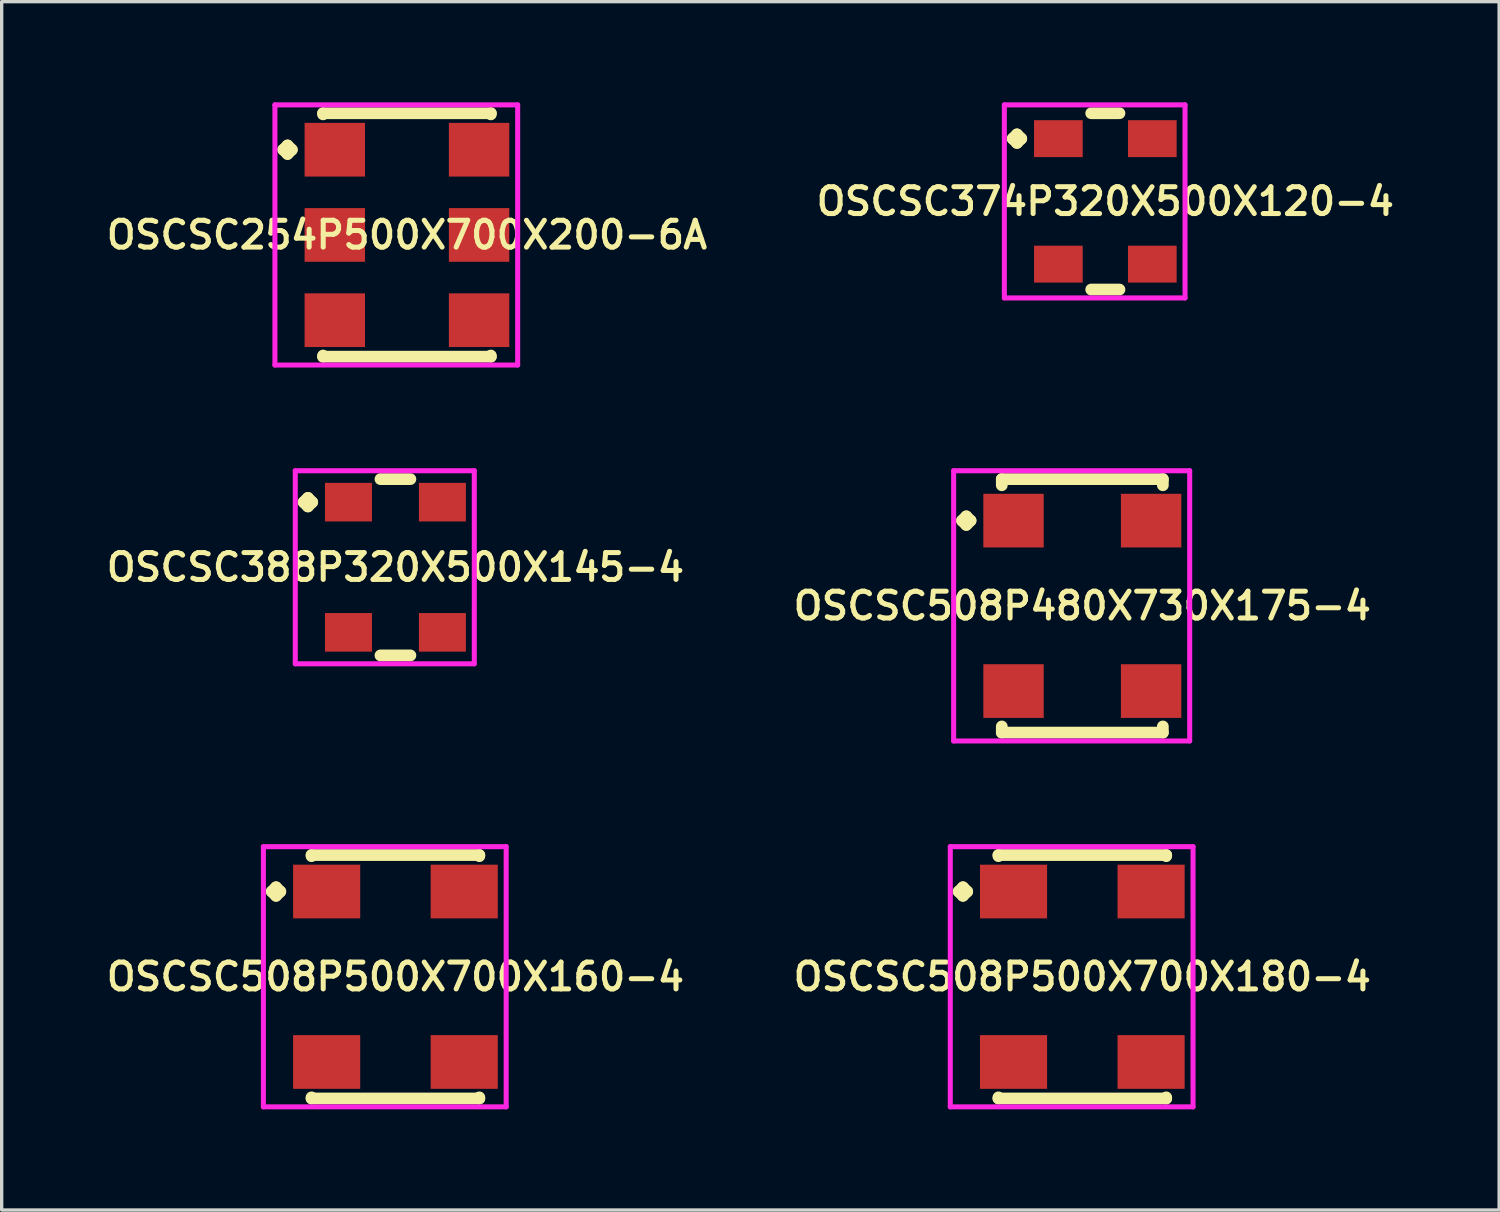
<source format=kicad_pcb>
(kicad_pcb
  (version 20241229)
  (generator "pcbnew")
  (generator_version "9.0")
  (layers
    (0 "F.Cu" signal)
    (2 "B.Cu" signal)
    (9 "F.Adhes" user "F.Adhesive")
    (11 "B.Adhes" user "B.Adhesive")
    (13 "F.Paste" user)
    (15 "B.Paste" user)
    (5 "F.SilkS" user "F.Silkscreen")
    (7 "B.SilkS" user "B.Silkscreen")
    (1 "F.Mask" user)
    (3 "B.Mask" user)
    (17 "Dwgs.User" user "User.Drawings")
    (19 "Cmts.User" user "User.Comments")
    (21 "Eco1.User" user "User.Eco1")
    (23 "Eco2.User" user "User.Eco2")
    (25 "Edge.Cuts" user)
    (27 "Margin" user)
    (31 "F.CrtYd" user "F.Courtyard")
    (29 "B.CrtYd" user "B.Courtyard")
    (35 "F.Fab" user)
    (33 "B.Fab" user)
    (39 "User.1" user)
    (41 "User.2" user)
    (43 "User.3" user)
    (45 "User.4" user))
  (footprint "OSCSC508P500X700X160-4"
    (layer "F.Cu")
    (at 8.735 26.06)
    (property "Reference" "OSCSC508P500X700X160-4" (at 0 0 0) (layer "F.SilkS") (effects (font (size 0.8 0.8) (thickness 0.15))))
    (attr smd)
    (fp_line (start -3.685 -2.54) (end -3.558 -2.667) (stroke (width 0.35) (type solid)) (layer "F.SilkS"))
    (fp_line (start -3.558 -2.667) (end -3.431 -2.54) (stroke (width 0.35) (type solid)) (layer "F.SilkS"))
    (fp_line (start -3.558 -2.413) (end -3.685 -2.54) (stroke (width 0.35) (type solid)) (layer "F.SilkS"))
    (fp_line (start -3.431 -2.54) (end -3.558 -2.413) (stroke (width 0.35) (type solid)) (layer "F.SilkS"))
    (fp_line (start -2.5 -3.627) (end 2.5 -3.627) (stroke (width 0.35) (type solid)) (layer "F.SilkS"))
    (fp_line (start -2.5 -3.594) (end -2.5 -3.627) (stroke (width 0.35) (type solid)) (layer "F.SilkS"))
    (fp_line (start -2.5 3.594) (end -2.5 3.627) (stroke (width 0.35) (type solid)) (layer "F.SilkS"))
    (fp_line (start -2.5 3.627) (end 2.5 3.627) (stroke (width 0.35) (type solid)) (layer "F.SilkS"))
    (fp_line (start 2.5 -3.627) (end 2.5 -3.594) (stroke (width 0.35) (type solid)) (layer "F.SilkS"))
    (fp_line (start 2.5 3.627) (end 2.5 3.594) (stroke (width 0.35) (type solid)) (layer "F.SilkS"))
    (fp_line (start -3.935 -3.877) (end 3.3 -3.877) (stroke (width 0.15) (type solid)) (layer "F.CrtYd"))
    (fp_line (start -3.935 3.877) (end -3.935 -3.877) (stroke (width 0.15) (type solid)) (layer "F.CrtYd"))
    (fp_line (start 3.3 -3.877) (end 3.3 3.877) (stroke (width 0.15) (type solid)) (layer "F.CrtYd"))
    (fp_line (start 3.3 3.877) (end -3.935 3.877) (stroke (width 0.15) (type solid)) (layer "F.CrtYd"))
    (pad "1" smd rect (at -2.05 -2.54) (size 2 1.6) (layers "F.Cu" "F.Mask" "F.Paste"))
    (pad "2" smd rect (at -2.05 2.54) (size 2 1.6) (layers "F.Cu" "F.Mask" "F.Paste"))
    (pad "3" smd rect (at 2.05 2.54) (size 2 1.6) (layers "F.Cu" "F.Mask" "F.Paste"))
    (pad "4" smd rect (at 2.05 -2.54) (size 2 1.6) (layers "F.Cu" "F.Mask" "F.Paste")))
  (footprint "OSCSC388P320X500X145-4"
    (layer "F.Cu")
    (at 8.735 13.856)
    (property "Reference" "OSCSC388P320X500X145-4" (at 0 0 0) (layer "F.SilkS") (effects (font (size 0.8 0.8) (thickness 0.15))))
    (attr smd)
    (fp_line (start -2.735 -1.94) (end -2.608 -2.067) (stroke (width 0.35) (type solid)) (layer "F.SilkS"))
    (fp_line (start -2.608 -2.067) (end -2.481 -1.94) (stroke (width 0.35) (type solid)) (layer "F.SilkS"))
    (fp_line (start -2.608 -1.813) (end -2.735 -1.94) (stroke (width 0.35) (type solid)) (layer "F.SilkS"))
    (fp_line (start -2.481 -1.94) (end -2.608 -1.813) (stroke (width 0.35) (type solid)) (layer "F.SilkS"))
    (fp_line (start -0.446 -2.627) (end 0.446 -2.627) (stroke (width 0.35) (type solid)) (layer "F.SilkS"))
    (fp_line (start -0.446 2.627) (end 0.446 2.627) (stroke (width 0.35) (type solid)) (layer "F.SilkS"))
    (fp_line (start -2.985 -2.877) (end 2.35 -2.877) (stroke (width 0.15) (type solid)) (layer "F.CrtYd"))
    (fp_line (start -2.985 2.877) (end -2.985 -2.877) (stroke (width 0.15) (type solid)) (layer "F.CrtYd"))
    (fp_line (start 2.35 -2.877) (end 2.35 2.877) (stroke (width 0.15) (type solid)) (layer "F.CrtYd"))
    (fp_line (start 2.35 2.877) (end -2.985 2.877) (stroke (width 0.15) (type solid)) (layer "F.CrtYd"))
    (pad "1" smd rect (at -1.4 -1.94) (size 1.4 1.15) (layers "F.Cu" "F.Mask" "F.Paste"))
    (pad "2" smd rect (at -1.4 1.94) (size 1.4 1.15) (layers "F.Cu" "F.Mask" "F.Paste"))
    (pad "3" smd rect (at 1.4 1.94) (size 1.4 1.15) (layers "F.Cu" "F.Mask" "F.Paste"))
    (pad "4" smd rect (at 1.4 -1.94) (size 1.4 1.15) (layers "F.Cu" "F.Mask" "F.Paste")))
  (footprint "OSCSC374P320X500X120-4"
    (layer "F.Cu")
    (at 29.892 2.952)
    (property "Reference" "OSCSC374P320X500X120-4" (at 0 0 0) (layer "F.SilkS") (effects (font (size 0.8 0.8) (thickness 0.15))))
    (attr smd)
    (fp_line (start -2.76 -1.87) (end -2.633 -1.997) (stroke (width 0.35) (type solid)) (layer "F.SilkS"))
    (fp_line (start -2.633 -1.997) (end -2.506 -1.87) (stroke (width 0.35) (type solid)) (layer "F.SilkS"))
    (fp_line (start -2.633 -1.743) (end -2.76 -1.87) (stroke (width 0.35) (type solid)) (layer "F.SilkS"))
    (fp_line (start -2.506 -1.87) (end -2.633 -1.743) (stroke (width 0.35) (type solid)) (layer "F.SilkS"))
    (fp_line (start -0.421 -2.627) (end 0.421 -2.627) (stroke (width 0.35) (type solid)) (layer "F.SilkS"))
    (fp_line (start -0.421 2.627) (end 0.421 2.627) (stroke (width 0.35) (type solid)) (layer "F.SilkS"))
    (fp_line (start -3.01 -2.877) (end 2.375 -2.877) (stroke (width 0.15) (type solid)) (layer "F.CrtYd"))
    (fp_line (start -3.01 2.877) (end -3.01 -2.877) (stroke (width 0.15) (type solid)) (layer "F.CrtYd"))
    (fp_line (start 2.375 -2.877) (end 2.375 2.877) (stroke (width 0.15) (type solid)) (layer "F.CrtYd"))
    (fp_line (start 2.375 2.877) (end -3.01 2.877) (stroke (width 0.15) (type solid)) (layer "F.CrtYd"))
    (pad "1" smd rect (at -1.4 -1.87) (size 1.45 1.1) (layers "F.Cu" "F.Mask" "F.Paste"))
    (pad "2" smd rect (at -1.4 1.87) (size 1.45 1.1) (layers "F.Cu" "F.Mask" "F.Paste"))
    (pad "3" smd rect (at 1.4 1.87) (size 1.45 1.1) (layers "F.Cu" "F.Mask" "F.Paste"))
    (pad "4" smd rect (at 1.4 -1.87) (size 1.45 1.1) (layers "F.Cu" "F.Mask" "F.Paste")))
  (footprint "OSCSC254P500X700X200-6A"
    (layer "F.Cu")
    (at 9.078 3.952)
    (property "Reference" "OSCSC254P500X700X200-6A" (at 0 0 0) (layer "F.SilkS") (effects (font (size 0.8 0.8) (thickness 0.15))))
    (attr smd)
    (fp_line (start -3.685 -2.54) (end -3.558 -2.667) (stroke (width 0.35) (type solid)) (layer "F.SilkS"))
    (fp_line (start -3.558 -2.667) (end -3.431 -2.54) (stroke (width 0.35) (type solid)) (layer "F.SilkS"))
    (fp_line (start -3.558 -2.413) (end -3.685 -2.54) (stroke (width 0.35) (type solid)) (layer "F.SilkS"))
    (fp_line (start -3.431 -2.54) (end -3.558 -2.413) (stroke (width 0.35) (type solid)) (layer "F.SilkS"))
    (fp_line (start -2.5 -3.627) (end 2.5 -3.627) (stroke (width 0.35) (type solid)) (layer "F.SilkS"))
    (fp_line (start -2.5 -3.594) (end -2.5 -3.627) (stroke (width 0.35) (type solid)) (layer "F.SilkS"))
    (fp_line (start -2.5 3.594) (end -2.5 3.627) (stroke (width 0.35) (type solid)) (layer "F.SilkS"))
    (fp_line (start -2.5 3.627) (end 2.5 3.627) (stroke (width 0.35) (type solid)) (layer "F.SilkS"))
    (fp_line (start 2.5 -3.627) (end 2.5 -3.594) (stroke (width 0.35) (type solid)) (layer "F.SilkS"))
    (fp_line (start 2.5 3.627) (end 2.5 3.594) (stroke (width 0.35) (type solid)) (layer "F.SilkS"))
    (fp_line (start -3.935 -3.877) (end 3.3 -3.877) (stroke (width 0.15) (type solid)) (layer "F.CrtYd"))
    (fp_line (start -3.935 3.877) (end -3.935 -3.877) (stroke (width 0.15) (type solid)) (layer "F.CrtYd"))
    (fp_line (start 3.3 -3.877) (end 3.3 3.877) (stroke (width 0.15) (type solid)) (layer "F.CrtYd"))
    (fp_line (start 3.3 3.877) (end -3.935 3.877) (stroke (width 0.15) (type solid)) (layer "F.CrtYd"))
    (pad "1" smd rect (at -2.15 -2.54) (size 1.8 1.6) (layers "F.Cu" "F.Mask" "F.Paste"))
    (pad "2" smd rect (at -2.15 0) (size 1.8 1.6) (layers "F.Cu" "F.Mask" "F.Paste"))
    (pad "3" smd rect (at -2.15 2.54) (size 1.8 1.6) (layers "F.Cu" "F.Mask" "F.Paste"))
    (pad "4" smd rect (at 2.15 2.54) (size 1.8 1.6) (layers "F.Cu" "F.Mask" "F.Paste"))
    (pad "5" smd rect (at 2.15 0) (size 1.8 1.6) (layers "F.Cu" "F.Mask" "F.Paste"))
    (pad "6" smd rect (at 2.15 -2.54) (size 1.8 1.6) (layers "F.Cu" "F.Mask" "F.Paste")))
  (footprint "OSCSC508P480X730X175-4"
    (layer "F.Cu")
    (at 29.206 15.006)
    (property "Reference" "OSCSC508P480X730X175-4" (at 0 0 0) (layer "F.SilkS") (effects (font (size 0.8 0.8) (thickness 0.15))))
    (attr through_hole)
    (fp_line (start -3.585 -2.54) (end -3.458 -2.667) (stroke (width 0.35) (type solid)) (layer "F.SilkS"))
    (fp_line (start -3.458 -2.667) (end -3.331 -2.54) (stroke (width 0.35) (type solid)) (layer "F.SilkS"))
    (fp_line (start -3.458 -2.413) (end -3.585 -2.54) (stroke (width 0.35) (type solid)) (layer "F.SilkS"))
    (fp_line (start -3.331 -2.54) (end -3.458 -2.413) (stroke (width 0.35) (type solid)) (layer "F.SilkS"))
    (fp_line (start -2.4 -3.777) (end 2.4 -3.777) (stroke (width 0.35) (type solid)) (layer "F.SilkS"))
    (fp_line (start -2.4 -3.594) (end -2.4 -3.777) (stroke (width 0.35) (type solid)) (layer "F.SilkS"))
    (fp_line (start -2.4 3.594) (end -2.4 3.777) (stroke (width 0.35) (type solid)) (layer "F.SilkS"))
    (fp_line (start -2.4 3.777) (end 2.4 3.777) (stroke (width 0.35) (type solid)) (layer "F.SilkS"))
    (fp_line (start 2.4 -3.777) (end 2.4 -3.594) (stroke (width 0.35) (type solid)) (layer "F.SilkS"))
    (fp_line (start 2.4 3.777) (end 2.4 3.594) (stroke (width 0.35) (type solid)) (layer "F.SilkS"))
    (fp_line (start -3.835 -4.027) (end 3.2 -4.027) (stroke (width 0.15) (type solid)) (layer "F.CrtYd"))
    (fp_line (start -3.835 4.027) (end -3.835 -4.027) (stroke (width 0.15) (type solid)) (layer "F.CrtYd"))
    (fp_line (start 3.2 -4.027) (end 3.2 4.027) (stroke (width 0.15) (type solid)) (layer "F.CrtYd"))
    (fp_line (start 3.2 4.027) (end -3.835 4.027) (stroke (width 0.15) (type solid)) (layer "F.CrtYd"))
    (pad "1" smd rect (at -2.05 -2.54) (size 1.8 1.6) (layers "F.Cu" "F.Mask" "F.Paste"))
    (pad "2" smd rect (at -2.05 2.54) (size 1.8 1.6) (layers "F.Cu" "F.Mask" "F.Paste"))
    (pad "3" smd rect (at 2.05 2.54) (size 1.8 1.6) (layers "F.Cu" "F.Mask" "F.Paste"))
    (pad "4" smd rect (at 2.05 -2.54) (size 1.8 1.6) (layers "F.Cu" "F.Mask" "F.Paste")))
  (footprint "OSCSC508P500X700X180-4"
    (layer "F.Cu")
    (at 29.206 26.06)
    (property "Reference" "OSCSC508P500X700X180-4" (at 0 0 0) (layer "F.SilkS") (effects (font (size 0.8 0.8) (thickness 0.15))))
    (attr smd)
    (fp_line (start -3.685 -2.54) (end -3.558 -2.667) (stroke (width 0.35) (type solid)) (layer "F.SilkS"))
    (fp_line (start -3.558 -2.667) (end -3.431 -2.54) (stroke (width 0.35) (type solid)) (layer "F.SilkS"))
    (fp_line (start -3.558 -2.413) (end -3.685 -2.54) (stroke (width 0.35) (type solid)) (layer "F.SilkS"))
    (fp_line (start -3.431 -2.54) (end -3.558 -2.413) (stroke (width 0.35) (type solid)) (layer "F.SilkS"))
    (fp_line (start -2.5 -3.627) (end 2.5 -3.627) (stroke (width 0.35) (type solid)) (layer "F.SilkS"))
    (fp_line (start -2.5 -3.594) (end -2.5 -3.627) (stroke (width 0.35) (type solid)) (layer "F.SilkS"))
    (fp_line (start -2.5 3.594) (end -2.5 3.627) (stroke (width 0.35) (type solid)) (layer "F.SilkS"))
    (fp_line (start -2.5 3.627) (end 2.5 3.627) (stroke (width 0.35) (type solid)) (layer "F.SilkS"))
    (fp_line (start 2.5 -3.627) (end 2.5 -3.594) (stroke (width 0.35) (type solid)) (layer "F.SilkS"))
    (fp_line (start 2.5 3.627) (end 2.5 3.594) (stroke (width 0.35) (type solid)) (layer "F.SilkS"))
    (fp_line (start -3.935 -3.877) (end 3.3 -3.877) (stroke (width 0.15) (type solid)) (layer "F.CrtYd"))
    (fp_line (start -3.935 3.877) (end -3.935 -3.877) (stroke (width 0.15) (type solid)) (layer "F.CrtYd"))
    (fp_line (start 3.3 -3.877) (end 3.3 3.877) (stroke (width 0.15) (type solid)) (layer "F.CrtYd"))
    (fp_line (start 3.3 3.877) (end -3.935 3.877) (stroke (width 0.15) (type solid)) (layer "F.CrtYd"))
    (pad "1" smd rect (at -2.05 -2.54) (size 2 1.6) (layers "F.Cu" "F.Mask" "F.Paste"))
    (pad "2" smd rect (at -2.05 2.54) (size 2 1.6) (layers "F.Cu" "F.Mask" "F.Paste"))
    (pad "3" smd rect (at 2.05 2.54) (size 2 1.6) (layers "F.Cu" "F.Mask" "F.Paste"))
    (pad "4" smd rect (at 2.05 -2.54) (size 2 1.6) (layers "F.Cu" "F.Mask" "F.Paste")))
  (gr_rect
    (start -3 -3)
    (end 41.628 33.012)
    (stroke (width 0.1) (type default))
    (fill no)
    (layer "Edge.Cuts")))
</source>
